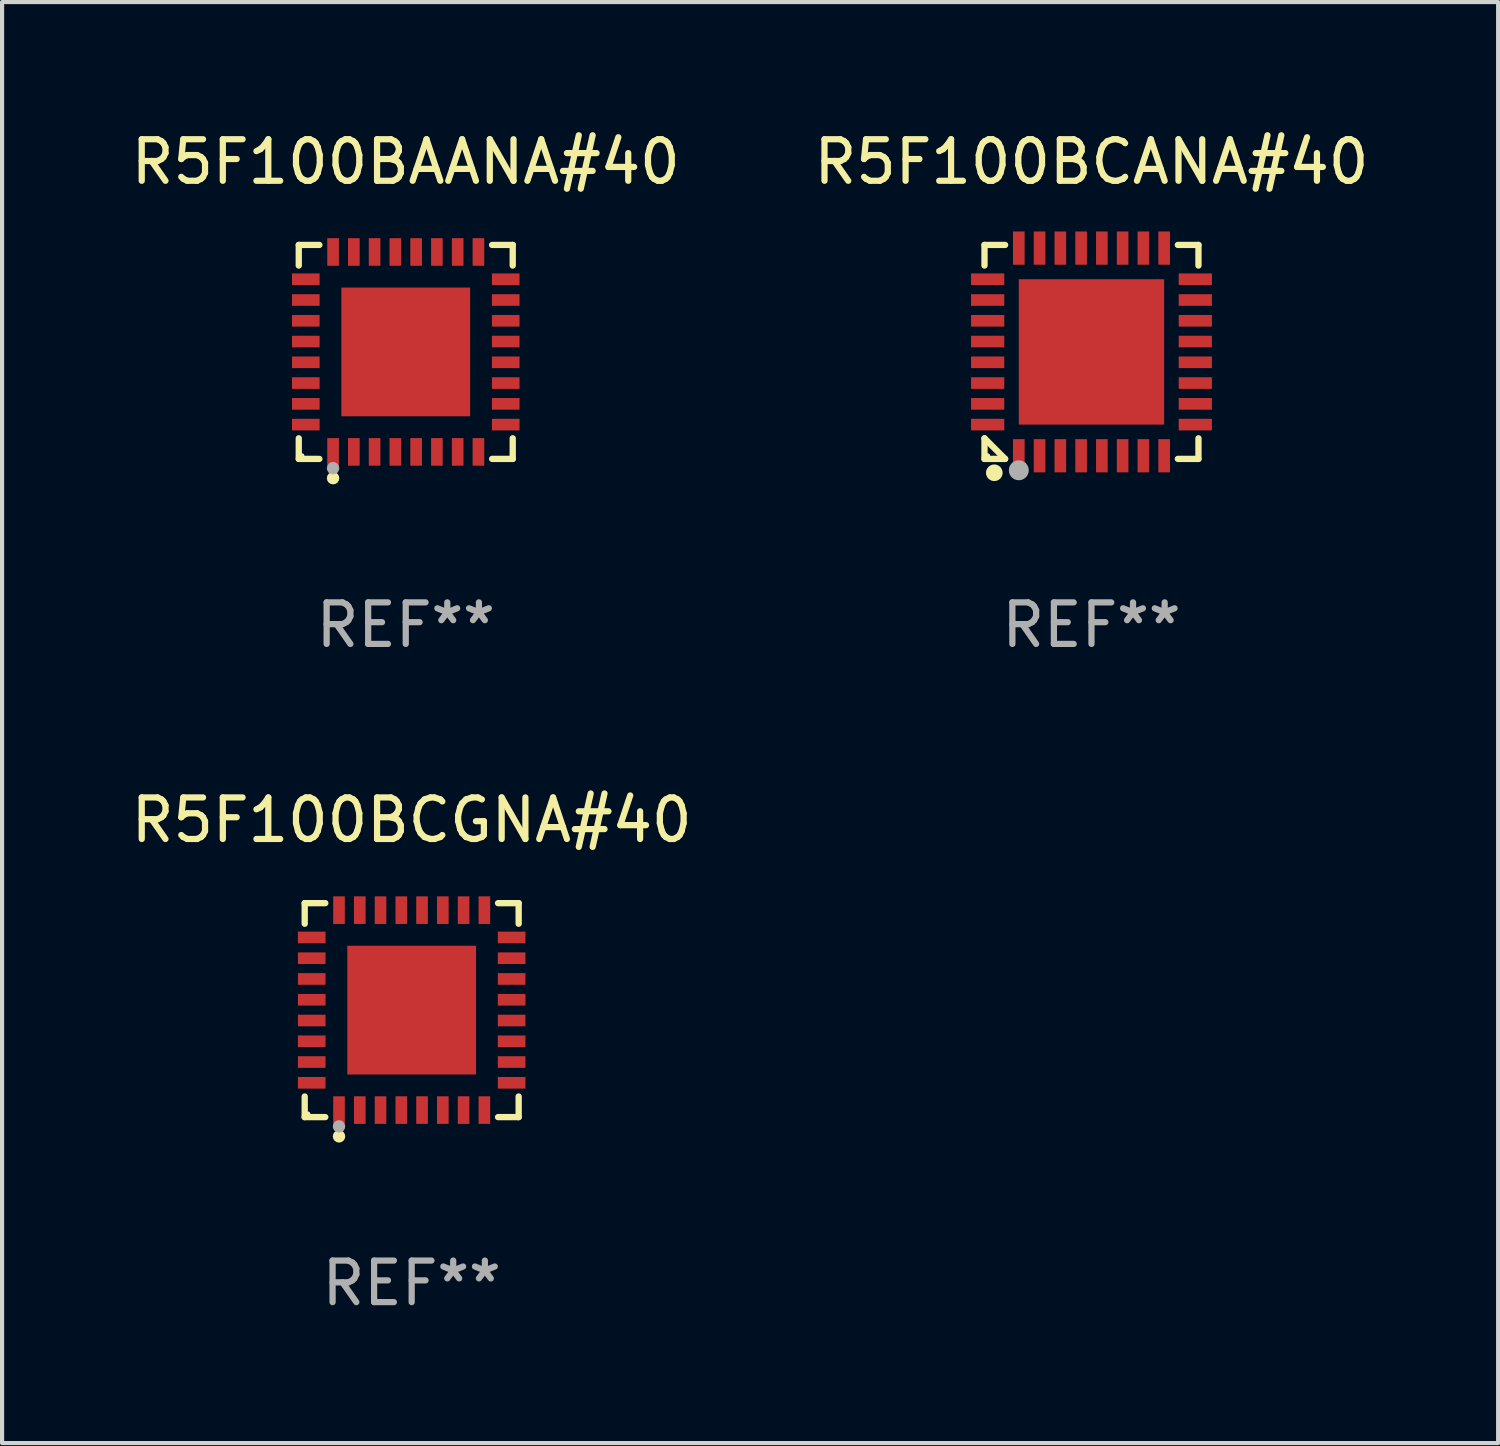
<source format=kicad_pcb>
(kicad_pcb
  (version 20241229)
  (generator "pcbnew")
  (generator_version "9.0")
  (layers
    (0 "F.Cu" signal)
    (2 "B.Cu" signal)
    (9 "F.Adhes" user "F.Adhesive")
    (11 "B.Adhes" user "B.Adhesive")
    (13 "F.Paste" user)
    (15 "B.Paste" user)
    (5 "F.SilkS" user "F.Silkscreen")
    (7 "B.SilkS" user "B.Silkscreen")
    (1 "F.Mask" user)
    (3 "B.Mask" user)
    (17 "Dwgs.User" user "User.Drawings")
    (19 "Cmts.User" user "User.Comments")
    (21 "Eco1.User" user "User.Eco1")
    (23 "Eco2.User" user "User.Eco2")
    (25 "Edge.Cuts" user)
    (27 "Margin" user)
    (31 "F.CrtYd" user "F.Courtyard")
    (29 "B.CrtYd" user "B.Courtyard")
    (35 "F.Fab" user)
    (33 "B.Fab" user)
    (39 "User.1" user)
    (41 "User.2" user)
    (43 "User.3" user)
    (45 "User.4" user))
  (footprint "R5F100BCGNA#40"
    (layer "F.Cu")
    (at 6.863 21.273)
    (property "Reference" "R5F100BCGNA#40" (at 0 -4.576 0) (layer "F.SilkS") (effects (font (size 1 1) (thickness 0.15))))
    (attr through_hole)
    (fp_line (start -2.576 -2.576) (end -2.08 -2.576) (stroke (width 0.152) (type solid)) (layer "F.SilkS"))
    (fp_line (start -2.576 -2.08) (end -2.576 -2.576) (stroke (width 0.152) (type solid)) (layer "F.SilkS"))
    (fp_line (start -2.576 2.08) (end -2.576 2.576) (stroke (width 0.152) (type solid)) (layer "F.SilkS"))
    (fp_line (start -2.576 2.576) (end -2.08 2.576) (stroke (width 0.152) (type solid)) (layer "F.SilkS"))
    (fp_line (start 2.576 -2.576) (end 2.08 -2.576) (stroke (width 0.152) (type solid)) (layer "F.SilkS"))
    (fp_line (start 2.576 -2.08) (end 2.576 -2.576) (stroke (width 0.152) (type solid)) (layer "F.SilkS"))
    (fp_line (start 2.576 2.08) (end 2.576 2.576) (stroke (width 0.152) (type solid)) (layer "F.SilkS"))
    (fp_line (start 2.576 2.576) (end 2.08 2.576) (stroke (width 0.152) (type solid)) (layer "F.SilkS"))
    (fp_circle (center -2.5 2.5) (end -2.47 2.5) (stroke (width 0.06) (type solid)) (fill no) (layer "F.SilkS"))
    (fp_circle (center -1.75 3.04) (end -1.675 3.04) (stroke (width 0.15) (type solid)) (fill no) (layer "F.SilkS"))
    (fp_circle (center -1.75 2.8) (end -1.675 2.8) (stroke (width 0.15) (type solid)) (fill no) (layer "F.Fab"))
    (fp_text user "REF**" (at 0 6.576 0) (layer "F.Fab") (effects (font (size 1 1) (thickness 0.15))))
    (pad "1" smd rect (at -1.75 2.407) (size 0.28 0.665) (layers "F.Cu" "F.Mask" "F.Paste"))
    (pad "2" smd rect (at -1.25 2.407) (size 0.28 0.665) (layers "F.Cu" "F.Mask" "F.Paste"))
    (pad "3" smd rect (at -0.75 2.407) (size 0.28 0.665) (layers "F.Cu" "F.Mask" "F.Paste"))
    (pad "4" smd rect (at -0.25 2.407) (size 0.28 0.665) (layers "F.Cu" "F.Mask" "F.Paste"))
    (pad "5" smd rect (at 0.25 2.407) (size 0.28 0.665) (layers "F.Cu" "F.Mask" "F.Paste"))
    (pad "6" smd rect (at 0.75 2.407) (size 0.28 0.665) (layers "F.Cu" "F.Mask" "F.Paste"))
    (pad "7" smd rect (at 1.25 2.407) (size 0.28 0.665) (layers "F.Cu" "F.Mask" "F.Paste"))
    (pad "8" smd rect (at 1.75 2.407) (size 0.28 0.665) (layers "F.Cu" "F.Mask" "F.Paste"))
    (pad "9" smd rect (at 2.407 1.75) (size 0.665 0.28) (layers "F.Cu" "F.Mask" "F.Paste"))
    (pad "10" smd rect (at 2.407 1.25) (size 0.665 0.28) (layers "F.Cu" "F.Mask" "F.Paste"))
    (pad "11" smd rect (at 2.407 0.75) (size 0.665 0.28) (layers "F.Cu" "F.Mask" "F.Paste"))
    (pad "12" smd rect (at 2.407 0.25) (size 0.665 0.28) (layers "F.Cu" "F.Mask" "F.Paste"))
    (pad "13" smd rect (at 2.407 -0.25) (size 0.665 0.28) (layers "F.Cu" "F.Mask" "F.Paste"))
    (pad "14" smd rect (at 2.407 -0.75) (size 0.665 0.28) (layers "F.Cu" "F.Mask" "F.Paste"))
    (pad "15" smd rect (at 2.407 -1.25) (size 0.665 0.28) (layers "F.Cu" "F.Mask" "F.Paste"))
    (pad "16" smd rect (at 2.407 -1.75) (size 0.665 0.28) (layers "F.Cu" "F.Mask" "F.Paste"))
    (pad "17" smd rect (at 1.75 -2.407) (size 0.28 0.665) (layers "F.Cu" "F.Mask" "F.Paste"))
    (pad "18" smd rect (at 1.25 -2.407) (size 0.28 0.665) (layers "F.Cu" "F.Mask" "F.Paste"))
    (pad "19" smd rect (at 0.75 -2.407) (size 0.28 0.665) (layers "F.Cu" "F.Mask" "F.Paste"))
    (pad "20" smd rect (at 0.25 -2.407) (size 0.28 0.665) (layers "F.Cu" "F.Mask" "F.Paste"))
    (pad "21" smd rect (at -0.25 -2.407) (size 0.28 0.665) (layers "F.Cu" "F.Mask" "F.Paste"))
    (pad "22" smd rect (at -0.75 -2.407) (size 0.28 0.665) (layers "F.Cu" "F.Mask" "F.Paste"))
    (pad "23" smd rect (at -1.25 -2.407) (size 0.28 0.665) (layers "F.Cu" "F.Mask" "F.Paste"))
    (pad "24" smd rect (at -1.75 -2.407) (size 0.28 0.665) (layers "F.Cu" "F.Mask" "F.Paste"))
    (pad "25" smd rect (at -2.407 -1.75) (size 0.665 0.28) (layers "F.Cu" "F.Mask" "F.Paste"))
    (pad "26" smd rect (at -2.407 -1.25) (size 0.665 0.28) (layers "F.Cu" "F.Mask" "F.Paste"))
    (pad "27" smd rect (at -2.407 -0.75) (size 0.665 0.28) (layers "F.Cu" "F.Mask" "F.Paste"))
    (pad "28" smd rect (at -2.407 -0.25) (size 0.665 0.28) (layers "F.Cu" "F.Mask" "F.Paste"))
    (pad "29" smd rect (at -2.407 0.25) (size 0.665 0.28) (layers "F.Cu" "F.Mask" "F.Paste"))
    (pad "30" smd rect (at -2.407 0.75) (size 0.665 0.28) (layers "F.Cu" "F.Mask" "F.Paste"))
    (pad "31" smd rect (at -2.407 1.25) (size 0.665 0.28) (layers "F.Cu" "F.Mask" "F.Paste"))
    (pad "32" smd rect (at -2.407 1.75) (size 0.665 0.28) (layers "F.Cu" "F.Mask" "F.Paste"))
    (pad "33" smd rect (at 0 0) (size 3.1 3.1) (layers "F.Cu" "F.Mask" "F.Paste")))
  (footprint "R5F100BAANA#40"
    (layer "F.Cu")
    (at 6.72 5.424)
    (property "Reference" "R5F100BAANA#40" (at 0 -4.576 0) (layer "F.SilkS") (effects (font (size 1 1) (thickness 0.15))))
    (attr through_hole)
    (fp_line (start -2.576 -2.576) (end -2.08 -2.576) (stroke (width 0.152) (type solid)) (layer "F.SilkS"))
    (fp_line (start -2.576 -2.08) (end -2.576 -2.576) (stroke (width 0.152) (type solid)) (layer "F.SilkS"))
    (fp_line (start -2.576 2.08) (end -2.576 2.576) (stroke (width 0.152) (type solid)) (layer "F.SilkS"))
    (fp_line (start -2.576 2.576) (end -2.08 2.576) (stroke (width 0.152) (type solid)) (layer "F.SilkS"))
    (fp_line (start 2.576 -2.576) (end 2.08 -2.576) (stroke (width 0.152) (type solid)) (layer "F.SilkS"))
    (fp_line (start 2.576 -2.08) (end 2.576 -2.576) (stroke (width 0.152) (type solid)) (layer "F.SilkS"))
    (fp_line (start 2.576 2.08) (end 2.576 2.576) (stroke (width 0.152) (type solid)) (layer "F.SilkS"))
    (fp_line (start 2.576 2.576) (end 2.08 2.576) (stroke (width 0.152) (type solid)) (layer "F.SilkS"))
    (fp_circle (center -2.5 2.5) (end -2.47 2.5) (stroke (width 0.06) (type solid)) (fill no) (layer "F.SilkS"))
    (fp_circle (center -1.75 3.04) (end -1.675 3.04) (stroke (width 0.15) (type solid)) (fill no) (layer "F.SilkS"))
    (fp_circle (center -1.75 2.8) (end -1.675 2.8) (stroke (width 0.15) (type solid)) (fill no) (layer "F.Fab"))
    (fp_text user "REF**" (at 0 6.576 0) (layer "F.Fab") (effects (font (size 1 1) (thickness 0.15))))
    (pad "1" smd rect (at -1.75 2.407) (size 0.28 0.665) (layers "F.Cu" "F.Mask" "F.Paste"))
    (pad "2" smd rect (at -1.25 2.407) (size 0.28 0.665) (layers "F.Cu" "F.Mask" "F.Paste"))
    (pad "3" smd rect (at -0.75 2.407) (size 0.28 0.665) (layers "F.Cu" "F.Mask" "F.Paste"))
    (pad "4" smd rect (at -0.25 2.407) (size 0.28 0.665) (layers "F.Cu" "F.Mask" "F.Paste"))
    (pad "5" smd rect (at 0.25 2.407) (size 0.28 0.665) (layers "F.Cu" "F.Mask" "F.Paste"))
    (pad "6" smd rect (at 0.75 2.407) (size 0.28 0.665) (layers "F.Cu" "F.Mask" "F.Paste"))
    (pad "7" smd rect (at 1.25 2.407) (size 0.28 0.665) (layers "F.Cu" "F.Mask" "F.Paste"))
    (pad "8" smd rect (at 1.75 2.407) (size 0.28 0.665) (layers "F.Cu" "F.Mask" "F.Paste"))
    (pad "9" smd rect (at 2.407 1.75) (size 0.665 0.28) (layers "F.Cu" "F.Mask" "F.Paste"))
    (pad "10" smd rect (at 2.407 1.25) (size 0.665 0.28) (layers "F.Cu" "F.Mask" "F.Paste"))
    (pad "11" smd rect (at 2.407 0.75) (size 0.665 0.28) (layers "F.Cu" "F.Mask" "F.Paste"))
    (pad "12" smd rect (at 2.407 0.25) (size 0.665 0.28) (layers "F.Cu" "F.Mask" "F.Paste"))
    (pad "13" smd rect (at 2.407 -0.25) (size 0.665 0.28) (layers "F.Cu" "F.Mask" "F.Paste"))
    (pad "14" smd rect (at 2.407 -0.75) (size 0.665 0.28) (layers "F.Cu" "F.Mask" "F.Paste"))
    (pad "15" smd rect (at 2.407 -1.25) (size 0.665 0.28) (layers "F.Cu" "F.Mask" "F.Paste"))
    (pad "16" smd rect (at 2.407 -1.75) (size 0.665 0.28) (layers "F.Cu" "F.Mask" "F.Paste"))
    (pad "17" smd rect (at 1.75 -2.407) (size 0.28 0.665) (layers "F.Cu" "F.Mask" "F.Paste"))
    (pad "18" smd rect (at 1.25 -2.407) (size 0.28 0.665) (layers "F.Cu" "F.Mask" "F.Paste"))
    (pad "19" smd rect (at 0.75 -2.407) (size 0.28 0.665) (layers "F.Cu" "F.Mask" "F.Paste"))
    (pad "20" smd rect (at 0.25 -2.407) (size 0.28 0.665) (layers "F.Cu" "F.Mask" "F.Paste"))
    (pad "21" smd rect (at -0.25 -2.407) (size 0.28 0.665) (layers "F.Cu" "F.Mask" "F.Paste"))
    (pad "22" smd rect (at -0.75 -2.407) (size 0.28 0.665) (layers "F.Cu" "F.Mask" "F.Paste"))
    (pad "23" smd rect (at -1.25 -2.407) (size 0.28 0.665) (layers "F.Cu" "F.Mask" "F.Paste"))
    (pad "24" smd rect (at -1.75 -2.407) (size 0.28 0.665) (layers "F.Cu" "F.Mask" "F.Paste"))
    (pad "25" smd rect (at -2.407 -1.75) (size 0.665 0.28) (layers "F.Cu" "F.Mask" "F.Paste"))
    (pad "26" smd rect (at -2.407 -1.25) (size 0.665 0.28) (layers "F.Cu" "F.Mask" "F.Paste"))
    (pad "27" smd rect (at -2.407 -0.75) (size 0.665 0.28) (layers "F.Cu" "F.Mask" "F.Paste"))
    (pad "28" smd rect (at -2.407 -0.25) (size 0.665 0.28) (layers "F.Cu" "F.Mask" "F.Paste"))
    (pad "29" smd rect (at -2.407 0.25) (size 0.665 0.28) (layers "F.Cu" "F.Mask" "F.Paste"))
    (pad "30" smd rect (at -2.407 0.75) (size 0.665 0.28) (layers "F.Cu" "F.Mask" "F.Paste"))
    (pad "31" smd rect (at -2.407 1.25) (size 0.665 0.28) (layers "F.Cu" "F.Mask" "F.Paste"))
    (pad "32" smd rect (at -2.407 1.75) (size 0.665 0.28) (layers "F.Cu" "F.Mask" "F.Paste"))
    (pad "33" smd rect (at 0 0) (size 3.1 3.1) (layers "F.Cu" "F.Mask" "F.Paste")))
  (footprint "R5F100BCANA#40"
    (layer "F.Cu")
    (at 23.232 5.424)
    (property "Reference" "R5F100BCANA#40" (at 0 -4.576 0) (layer "F.SilkS") (effects (font (size 1 1) (thickness 0.15))))
    (attr through_hole)
    (fp_line (start -2.576 -2.576) (end -2.08 -2.576) (stroke (width 0.152) (type solid)) (layer "F.SilkS"))
    (fp_line (start -2.576 -2.08) (end -2.576 -2.576) (stroke (width 0.152) (type solid)) (layer "F.SilkS"))
    (fp_line (start -2.576 2.08) (end -2.576 2.576) (stroke (width 0.152) (type solid)) (layer "F.SilkS"))
    (fp_line (start -2.576 2.08) (end -2.08 2.576) (stroke (width 0.152) (type solid)) (layer "F.SilkS"))
    (fp_line (start -2.576 2.576) (end -2.08 2.576) (stroke (width 0.152) (type solid)) (layer "F.SilkS"))
    (fp_line (start 2.576 -2.576) (end 2.08 -2.576) (stroke (width 0.152) (type solid)) (layer "F.SilkS"))
    (fp_line (start 2.576 -2.08) (end 2.576 -2.576) (stroke (width 0.152) (type solid)) (layer "F.SilkS"))
    (fp_line (start 2.576 2.08) (end 2.576 2.576) (stroke (width 0.152) (type solid)) (layer "F.SilkS"))
    (fp_line (start 2.576 2.576) (end 2.08 2.576) (stroke (width 0.152) (type solid)) (layer "F.SilkS"))
    (fp_circle (center -2.5 2.5) (end -2.47 2.5) (stroke (width 0.06) (type solid)) (fill no) (layer "F.SilkS"))
    (fp_circle (center -2.34 2.91) (end -2.24 2.91) (stroke (width 0.2) (type solid)) (fill no) (layer "F.SilkS"))
    (fp_circle (center -1.75 2.85) (end -1.63 2.85) (stroke (width 0.24) (type solid)) (fill no) (layer "F.Fab"))
    (fp_text user "REF**" (at 0 6.576 0) (layer "F.Fab") (effects (font (size 1 1) (thickness 0.15))))
    (pad "1" smd rect (at -1.75 2.5) (size 0.28 0.8) (layers "F.Cu" "F.Mask" "F.Paste"))
    (pad "2" smd rect (at -1.25 2.5) (size 0.28 0.8) (layers "F.Cu" "F.Mask" "F.Paste"))
    (pad "3" smd rect (at -0.75 2.5) (size 0.28 0.8) (layers "F.Cu" "F.Mask" "F.Paste"))
    (pad "4" smd rect (at -0.25 2.5) (size 0.28 0.8) (layers "F.Cu" "F.Mask" "F.Paste"))
    (pad "5" smd rect (at 0.25 2.5) (size 0.28 0.8) (layers "F.Cu" "F.Mask" "F.Paste"))
    (pad "6" smd rect (at 0.75 2.5) (size 0.28 0.8) (layers "F.Cu" "F.Mask" "F.Paste"))
    (pad "7" smd rect (at 1.25 2.5) (size 0.28 0.8) (layers "F.Cu" "F.Mask" "F.Paste"))
    (pad "8" smd rect (at 1.75 2.5) (size 0.28 0.8) (layers "F.Cu" "F.Mask" "F.Paste"))
    (pad "9" smd rect (at 2.5 1.75) (size 0.8 0.28) (layers "F.Cu" "F.Mask" "F.Paste"))
    (pad "10" smd rect (at 2.5 1.25) (size 0.8 0.28) (layers "F.Cu" "F.Mask" "F.Paste"))
    (pad "11" smd rect (at 2.5 0.75) (size 0.8 0.28) (layers "F.Cu" "F.Mask" "F.Paste"))
    (pad "12" smd rect (at 2.5 0.25) (size 0.8 0.28) (layers "F.Cu" "F.Mask" "F.Paste"))
    (pad "13" smd rect (at 2.5 -0.25) (size 0.8 0.28) (layers "F.Cu" "F.Mask" "F.Paste"))
    (pad "14" smd rect (at 2.5 -0.75) (size 0.8 0.28) (layers "F.Cu" "F.Mask" "F.Paste"))
    (pad "15" smd rect (at 2.5 -1.25) (size 0.8 0.28) (layers "F.Cu" "F.Mask" "F.Paste"))
    (pad "16" smd rect (at 2.5 -1.75) (size 0.8 0.28) (layers "F.Cu" "F.Mask" "F.Paste"))
    (pad "17" smd rect (at 1.75 -2.5) (size 0.28 0.8) (layers "F.Cu" "F.Mask" "F.Paste"))
    (pad "18" smd rect (at 1.25 -2.5) (size 0.28 0.8) (layers "F.Cu" "F.Mask" "F.Paste"))
    (pad "19" smd rect (at 0.75 -2.5) (size 0.28 0.8) (layers "F.Cu" "F.Mask" "F.Paste"))
    (pad "20" smd rect (at 0.25 -2.5) (size 0.28 0.8) (layers "F.Cu" "F.Mask" "F.Paste"))
    (pad "21" smd rect (at -0.25 -2.5) (size 0.28 0.8) (layers "F.Cu" "F.Mask" "F.Paste"))
    (pad "22" smd rect (at -0.75 -2.5) (size 0.28 0.8) (layers "F.Cu" "F.Mask" "F.Paste"))
    (pad "23" smd rect (at -1.25 -2.5) (size 0.28 0.8) (layers "F.Cu" "F.Mask" "F.Paste"))
    (pad "24" smd rect (at -1.75 -2.5) (size 0.28 0.8) (layers "F.Cu" "F.Mask" "F.Paste"))
    (pad "25" smd rect (at -2.5 -1.75) (size 0.8 0.28) (layers "F.Cu" "F.Mask" "F.Paste"))
    (pad "26" smd rect (at -2.5 -1.25) (size 0.8 0.28) (layers "F.Cu" "F.Mask" "F.Paste"))
    (pad "27" smd rect (at -2.5 -0.75) (size 0.8 0.28) (layers "F.Cu" "F.Mask" "F.Paste"))
    (pad "28" smd rect (at -2.5 -0.25) (size 0.8 0.28) (layers "F.Cu" "F.Mask" "F.Paste"))
    (pad "29" smd rect (at -2.5 0.25) (size 0.8 0.28) (layers "F.Cu" "F.Mask" "F.Paste"))
    (pad "30" smd rect (at -2.5 0.75) (size 0.8 0.28) (layers "F.Cu" "F.Mask" "F.Paste"))
    (pad "31" smd rect (at -2.5 1.25) (size 0.8 0.28) (layers "F.Cu" "F.Mask" "F.Paste"))
    (pad "32" smd rect (at -2.5 1.75) (size 0.8 0.28) (layers "F.Cu" "F.Mask" "F.Paste"))
    (pad "33" smd rect (at 0 0) (size 3.5 3.5) (layers "F.Cu" "F.Mask" "F.Paste")))
  (gr_rect
    (start -3 -3)
    (end 33.024 31.698)
    (stroke (width 0.1) (type default))
    (fill no)
    (layer "Edge.Cuts")))
</source>
